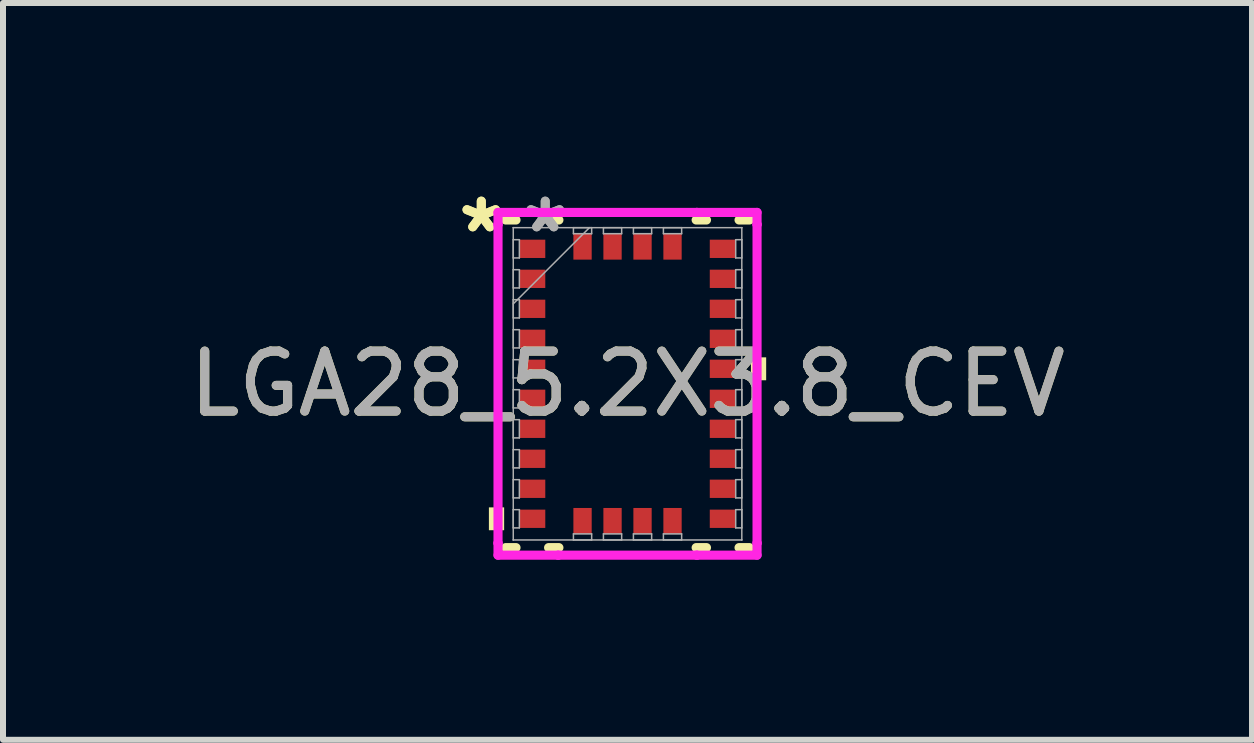
<source format=kicad_pcb>
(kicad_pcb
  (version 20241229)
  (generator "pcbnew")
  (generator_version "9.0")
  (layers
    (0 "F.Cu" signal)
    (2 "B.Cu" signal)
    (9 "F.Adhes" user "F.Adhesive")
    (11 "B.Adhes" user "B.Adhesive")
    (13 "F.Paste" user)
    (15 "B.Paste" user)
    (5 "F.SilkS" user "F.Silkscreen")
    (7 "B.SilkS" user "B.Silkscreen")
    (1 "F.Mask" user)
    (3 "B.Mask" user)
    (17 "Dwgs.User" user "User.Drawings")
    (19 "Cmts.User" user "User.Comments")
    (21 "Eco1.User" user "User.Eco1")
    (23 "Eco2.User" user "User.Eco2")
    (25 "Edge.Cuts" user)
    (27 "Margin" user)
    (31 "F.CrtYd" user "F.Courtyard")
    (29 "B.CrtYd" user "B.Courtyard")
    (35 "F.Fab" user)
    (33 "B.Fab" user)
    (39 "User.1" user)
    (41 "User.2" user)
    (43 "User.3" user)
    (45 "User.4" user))
  (footprint "LGA28_5.2X3.8_CEV"
    (layer "F.Cu")
    (at 7.411 3.348)
    (property "Reference" "LGA28_5.2X3.8_CEV" (at 0 0 0) (unlocked yes) (layer "F.SilkS") (effects (font (size 1 1) (thickness 0.15))))
    (attr smd)
    (fp_line (start -2.032 2.731) (end -1.859 2.731) (stroke (width 0.152) (type solid)) (layer "F.SilkS"))
    (fp_line (start -1.859 -2.731) (end -2.032 -2.731) (stroke (width 0.152) (type solid)) (layer "F.SilkS"))
    (fp_line (start -1.316 2.731) (end -1.144 2.731) (stroke (width 0.152) (type solid)) (layer "F.SilkS"))
    (fp_line (start -1.144 -2.731) (end -1.316 -2.731) (stroke (width 0.152) (type solid)) (layer "F.SilkS"))
    (fp_line (start 1.144 2.731) (end 1.316 2.731) (stroke (width 0.152) (type solid)) (layer "F.SilkS"))
    (fp_line (start 1.316 -2.731) (end 1.144 -2.731) (stroke (width 0.152) (type solid)) (layer "F.SilkS"))
    (fp_line (start 1.859 2.731) (end 2.032 2.731) (stroke (width 0.152) (type solid)) (layer "F.SilkS"))
    (fp_line (start 2.032 -2.731) (end 1.859 -2.731) (stroke (width 0.152) (type solid)) (layer "F.SilkS"))
    (fp_poly (pts (xy -2.311 2.06) (xy -2.311 2.441) (xy -2.057 2.441) (xy -2.057 2.06)) (stroke (width 0) (type solid)) (fill yes) (layer "F.SilkS"))
    (fp_poly (pts (xy 2.311 -0.441) (xy 2.311 -0.059) (xy 2.057 -0.059) (xy 2.057 -0.441)) (stroke (width 0) (type solid)) (fill yes) (layer "F.SilkS"))
    (fp_line (start -2.159 -2.857) (end -1.156 -2.857) (stroke (width 0.152) (type solid)) (layer "F.CrtYd"))
    (fp_line (start -2.159 -2.656) (end -2.159 -2.857) (stroke (width 0.152) (type solid)) (layer "F.CrtYd"))
    (fp_line (start -2.159 -2.656) (end -2.159 -2.656) (stroke (width 0.152) (type solid)) (layer "F.CrtYd"))
    (fp_line (start -2.159 2.656) (end -2.159 -2.656) (stroke (width 0.152) (type solid)) (layer "F.CrtYd"))
    (fp_line (start -2.159 2.656) (end -2.159 2.656) (stroke (width 0.152) (type solid)) (layer "F.CrtYd"))
    (fp_line (start -2.159 2.857) (end -2.159 2.656) (stroke (width 0.152) (type solid)) (layer "F.CrtYd"))
    (fp_line (start -1.156 -2.857) (end -1.156 -2.857) (stroke (width 0.152) (type solid)) (layer "F.CrtYd"))
    (fp_line (start -1.156 -2.857) (end 1.156 -2.857) (stroke (width 0.152) (type solid)) (layer "F.CrtYd"))
    (fp_line (start -1.156 2.857) (end -2.159 2.857) (stroke (width 0.152) (type solid)) (layer "F.CrtYd"))
    (fp_line (start -1.156 2.857) (end -1.156 2.857) (stroke (width 0.152) (type solid)) (layer "F.CrtYd"))
    (fp_line (start 1.156 -2.857) (end 1.156 -2.857) (stroke (width 0.152) (type solid)) (layer "F.CrtYd"))
    (fp_line (start 1.156 -2.857) (end 2.159 -2.857) (stroke (width 0.152) (type solid)) (layer "F.CrtYd"))
    (fp_line (start 1.156 2.857) (end -1.156 2.857) (stroke (width 0.152) (type solid)) (layer "F.CrtYd"))
    (fp_line (start 1.156 2.857) (end 1.156 2.857) (stroke (width 0.152) (type solid)) (layer "F.CrtYd"))
    (fp_line (start 2.159 -2.857) (end 2.159 -2.656) (stroke (width 0.152) (type solid)) (layer "F.CrtYd"))
    (fp_line (start 2.159 -2.656) (end 2.159 -2.656) (stroke (width 0.152) (type solid)) (layer "F.CrtYd"))
    (fp_line (start 2.159 -2.656) (end 2.159 2.656) (stroke (width 0.152) (type solid)) (layer "F.CrtYd"))
    (fp_line (start 2.159 2.656) (end 2.159 2.656) (stroke (width 0.152) (type solid)) (layer "F.CrtYd"))
    (fp_line (start 2.159 2.656) (end 2.159 2.857) (stroke (width 0.152) (type solid)) (layer "F.CrtYd"))
    (fp_line (start 2.159 2.857) (end 1.156 2.857) (stroke (width 0.152) (type solid)) (layer "F.CrtYd"))
    (fp_line (start -1.905 -2.603) (end -1.905 -2.603) (stroke (width 0.025) (type solid)) (layer "F.Fab"))
    (fp_line (start -1.905 -2.603) (end -1.905 2.603) (stroke (width 0.025) (type solid)) (layer "F.Fab"))
    (fp_line (start -1.905 -2.402) (end -1.803 -2.402) (stroke (width 0.025) (type solid)) (layer "F.Fab"))
    (fp_line (start -1.905 -2.098) (end -1.905 -2.402) (stroke (width 0.025) (type solid)) (layer "F.Fab"))
    (fp_line (start -1.905 -1.902) (end -1.803 -1.902) (stroke (width 0.025) (type solid)) (layer "F.Fab"))
    (fp_line (start -1.905 -1.598) (end -1.905 -1.902) (stroke (width 0.025) (type solid)) (layer "F.Fab"))
    (fp_line (start -1.905 -1.402) (end -1.803 -1.402) (stroke (width 0.025) (type solid)) (layer "F.Fab"))
    (fp_line (start -1.905 -1.333) (end -0.635 -2.603) (stroke (width 0.025) (type solid)) (layer "F.Fab"))
    (fp_line (start -1.905 -1.098) (end -1.905 -1.402) (stroke (width 0.025) (type solid)) (layer "F.Fab"))
    (fp_line (start -1.905 -0.902) (end -1.803 -0.902) (stroke (width 0.025) (type solid)) (layer "F.Fab"))
    (fp_line (start -1.905 -0.598) (end -1.905 -0.902) (stroke (width 0.025) (type solid)) (layer "F.Fab"))
    (fp_line (start -1.905 -0.402) (end -1.803 -0.402) (stroke (width 0.025) (type solid)) (layer "F.Fab"))
    (fp_line (start -1.905 -0.098) (end -1.905 -0.402) (stroke (width 0.025) (type solid)) (layer "F.Fab"))
    (fp_line (start -1.905 0.098) (end -1.803 0.098) (stroke (width 0.025) (type solid)) (layer "F.Fab"))
    (fp_line (start -1.905 0.402) (end -1.905 0.098) (stroke (width 0.025) (type solid)) (layer "F.Fab"))
    (fp_line (start -1.905 0.598) (end -1.803 0.598) (stroke (width 0.025) (type solid)) (layer "F.Fab"))
    (fp_line (start -1.905 0.902) (end -1.905 0.598) (stroke (width 0.025) (type solid)) (layer "F.Fab"))
    (fp_line (start -1.905 1.098) (end -1.803 1.098) (stroke (width 0.025) (type solid)) (layer "F.Fab"))
    (fp_line (start -1.905 1.402) (end -1.905 1.098) (stroke (width 0.025) (type solid)) (layer "F.Fab"))
    (fp_line (start -1.905 1.598) (end -1.803 1.598) (stroke (width 0.025) (type solid)) (layer "F.Fab"))
    (fp_line (start -1.905 1.902) (end -1.905 1.598) (stroke (width 0.025) (type solid)) (layer "F.Fab"))
    (fp_line (start -1.905 2.098) (end -1.803 2.098) (stroke (width 0.025) (type solid)) (layer "F.Fab"))
    (fp_line (start -1.905 2.402) (end -1.905 2.098) (stroke (width 0.025) (type solid)) (layer "F.Fab"))
    (fp_line (start -1.905 2.603) (end -1.905 2.603) (stroke (width 0.025) (type solid)) (layer "F.Fab"))
    (fp_line (start -1.905 2.603) (end 1.905 2.603) (stroke (width 0.025) (type solid)) (layer "F.Fab"))
    (fp_line (start -1.803 -2.402) (end -1.803 -2.098) (stroke (width 0.025) (type solid)) (layer "F.Fab"))
    (fp_line (start -1.803 -2.098) (end -1.905 -2.098) (stroke (width 0.025) (type solid)) (layer "F.Fab"))
    (fp_line (start -1.803 -1.902) (end -1.803 -1.598) (stroke (width 0.025) (type solid)) (layer "F.Fab"))
    (fp_line (start -1.803 -1.598) (end -1.905 -1.598) (stroke (width 0.025) (type solid)) (layer "F.Fab"))
    (fp_line (start -1.803 -1.402) (end -1.803 -1.098) (stroke (width 0.025) (type solid)) (layer "F.Fab"))
    (fp_line (start -1.803 -1.098) (end -1.905 -1.098) (stroke (width 0.025) (type solid)) (layer "F.Fab"))
    (fp_line (start -1.803 -0.902) (end -1.803 -0.598) (stroke (width 0.025) (type solid)) (layer "F.Fab"))
    (fp_line (start -1.803 -0.598) (end -1.905 -0.598) (stroke (width 0.025) (type solid)) (layer "F.Fab"))
    (fp_line (start -1.803 -0.402) (end -1.803 -0.098) (stroke (width 0.025) (type solid)) (layer "F.Fab"))
    (fp_line (start -1.803 -0.098) (end -1.905 -0.098) (stroke (width 0.025) (type solid)) (layer "F.Fab"))
    (fp_line (start -1.803 0.098) (end -1.803 0.402) (stroke (width 0.025) (type solid)) (layer "F.Fab"))
    (fp_line (start -1.803 0.402) (end -1.905 0.402) (stroke (width 0.025) (type solid)) (layer "F.Fab"))
    (fp_line (start -1.803 0.598) (end -1.803 0.902) (stroke (width 0.025) (type solid)) (layer "F.Fab"))
    (fp_line (start -1.803 0.902) (end -1.905 0.902) (stroke (width 0.025) (type solid)) (layer "F.Fab"))
    (fp_line (start -1.803 1.098) (end -1.803 1.402) (stroke (width 0.025) (type solid)) (layer "F.Fab"))
    (fp_line (start -1.803 1.402) (end -1.905 1.402) (stroke (width 0.025) (type solid)) (layer "F.Fab"))
    (fp_line (start -1.803 1.598) (end -1.803 1.902) (stroke (width 0.025) (type solid)) (layer "F.Fab"))
    (fp_line (start -1.803 1.902) (end -1.905 1.902) (stroke (width 0.025) (type solid)) (layer "F.Fab"))
    (fp_line (start -1.803 2.098) (end -1.803 2.402) (stroke (width 0.025) (type solid)) (layer "F.Fab"))
    (fp_line (start -1.803 2.402) (end -1.905 2.402) (stroke (width 0.025) (type solid)) (layer "F.Fab"))
    (fp_line (start -0.902 -2.603) (end -0.598 -2.603) (stroke (width 0.025) (type solid)) (layer "F.Fab"))
    (fp_line (start -0.902 -2.502) (end -0.902 -2.603) (stroke (width 0.025) (type solid)) (layer "F.Fab"))
    (fp_line (start -0.902 2.502) (end -0.598 2.502) (stroke (width 0.025) (type solid)) (layer "F.Fab"))
    (fp_line (start -0.902 2.603) (end -0.902 2.502) (stroke (width 0.025) (type solid)) (layer "F.Fab"))
    (fp_line (start -0.598 -2.603) (end -0.598 -2.502) (stroke (width 0.025) (type solid)) (layer "F.Fab"))
    (fp_line (start -0.598 -2.502) (end -0.902 -2.502) (stroke (width 0.025) (type solid)) (layer "F.Fab"))
    (fp_line (start -0.598 2.502) (end -0.598 2.603) (stroke (width 0.025) (type solid)) (layer "F.Fab"))
    (fp_line (start -0.598 2.603) (end -0.902 2.603) (stroke (width 0.025) (type solid)) (layer "F.Fab"))
    (fp_line (start -0.402 -2.603) (end -0.098 -2.603) (stroke (width 0.025) (type solid)) (layer "F.Fab"))
    (fp_line (start -0.402 -2.502) (end -0.402 -2.603) (stroke (width 0.025) (type solid)) (layer "F.Fab"))
    (fp_line (start -0.402 2.502) (end -0.098 2.502) (stroke (width 0.025) (type solid)) (layer "F.Fab"))
    (fp_line (start -0.402 2.603) (end -0.402 2.502) (stroke (width 0.025) (type solid)) (layer "F.Fab"))
    (fp_line (start -0.098 -2.603) (end -0.098 -2.502) (stroke (width 0.025) (type solid)) (layer "F.Fab"))
    (fp_line (start -0.098 -2.502) (end -0.402 -2.502) (stroke (width 0.025) (type solid)) (layer "F.Fab"))
    (fp_line (start -0.098 2.502) (end -0.098 2.603) (stroke (width 0.025) (type solid)) (layer "F.Fab"))
    (fp_line (start -0.098 2.603) (end -0.402 2.603) (stroke (width 0.025) (type solid)) (layer "F.Fab"))
    (fp_line (start 0.098 -2.603) (end 0.402 -2.603) (stroke (width 0.025) (type solid)) (layer "F.Fab"))
    (fp_line (start 0.098 -2.502) (end 0.098 -2.603) (stroke (width 0.025) (type solid)) (layer "F.Fab"))
    (fp_line (start 0.098 2.502) (end 0.402 2.502) (stroke (width 0.025) (type solid)) (layer "F.Fab"))
    (fp_line (start 0.098 2.603) (end 0.098 2.502) (stroke (width 0.025) (type solid)) (layer "F.Fab"))
    (fp_line (start 0.402 -2.603) (end 0.402 -2.502) (stroke (width 0.025) (type solid)) (layer "F.Fab"))
    (fp_line (start 0.402 -2.502) (end 0.098 -2.502) (stroke (width 0.025) (type solid)) (layer "F.Fab"))
    (fp_line (start 0.402 2.502) (end 0.402 2.603) (stroke (width 0.025) (type solid)) (layer "F.Fab"))
    (fp_line (start 0.402 2.603) (end 0.098 2.603) (stroke (width 0.025) (type solid)) (layer "F.Fab"))
    (fp_line (start 0.598 -2.603) (end 0.902 -2.603) (stroke (width 0.025) (type solid)) (layer "F.Fab"))
    (fp_line (start 0.598 -2.502) (end 0.598 -2.603) (stroke (width 0.025) (type solid)) (layer "F.Fab"))
    (fp_line (start 0.598 2.502) (end 0.902 2.502) (stroke (width 0.025) (type solid)) (layer "F.Fab"))
    (fp_line (start 0.598 2.603) (end 0.598 2.502) (stroke (width 0.025) (type solid)) (layer "F.Fab"))
    (fp_line (start 0.902 -2.603) (end 0.902 -2.502) (stroke (width 0.025) (type solid)) (layer "F.Fab"))
    (fp_line (start 0.902 -2.502) (end 0.598 -2.502) (stroke (width 0.025) (type solid)) (layer "F.Fab"))
    (fp_line (start 0.902 2.502) (end 0.902 2.603) (stroke (width 0.025) (type solid)) (layer "F.Fab"))
    (fp_line (start 0.902 2.603) (end 0.598 2.603) (stroke (width 0.025) (type solid)) (layer "F.Fab"))
    (fp_line (start 1.803 -2.402) (end 1.905 -2.402) (stroke (width 0.025) (type solid)) (layer "F.Fab"))
    (fp_line (start 1.803 -2.098) (end 1.803 -2.402) (stroke (width 0.025) (type solid)) (layer "F.Fab"))
    (fp_line (start 1.803 -1.902) (end 1.905 -1.902) (stroke (width 0.025) (type solid)) (layer "F.Fab"))
    (fp_line (start 1.803 -1.598) (end 1.803 -1.902) (stroke (width 0.025) (type solid)) (layer "F.Fab"))
    (fp_line (start 1.803 -1.402) (end 1.905 -1.402) (stroke (width 0.025) (type solid)) (layer "F.Fab"))
    (fp_line (start 1.803 -1.098) (end 1.803 -1.402) (stroke (width 0.025) (type solid)) (layer "F.Fab"))
    (fp_line (start 1.803 -0.902) (end 1.905 -0.902) (stroke (width 0.025) (type solid)) (layer "F.Fab"))
    (fp_line (start 1.803 -0.598) (end 1.803 -0.902) (stroke (width 0.025) (type solid)) (layer "F.Fab"))
    (fp_line (start 1.803 -0.402) (end 1.905 -0.402) (stroke (width 0.025) (type solid)) (layer "F.Fab"))
    (fp_line (start 1.803 -0.098) (end 1.803 -0.402) (stroke (width 0.025) (type solid)) (layer "F.Fab"))
    (fp_line (start 1.803 0.098) (end 1.905 0.098) (stroke (width 0.025) (type solid)) (layer "F.Fab"))
    (fp_line (start 1.803 0.402) (end 1.803 0.098) (stroke (width 0.025) (type solid)) (layer "F.Fab"))
    (fp_line (start 1.803 0.598) (end 1.905 0.598) (stroke (width 0.025) (type solid)) (layer "F.Fab"))
    (fp_line (start 1.803 0.902) (end 1.803 0.598) (stroke (width 0.025) (type solid)) (layer "F.Fab"))
    (fp_line (start 1.803 1.098) (end 1.905 1.098) (stroke (width 0.025) (type solid)) (layer "F.Fab"))
    (fp_line (start 1.803 1.402) (end 1.803 1.098) (stroke (width 0.025) (type solid)) (layer "F.Fab"))
    (fp_line (start 1.803 1.598) (end 1.905 1.598) (stroke (width 0.025) (type solid)) (layer "F.Fab"))
    (fp_line (start 1.803 1.902) (end 1.803 1.598) (stroke (width 0.025) (type solid)) (layer "F.Fab"))
    (fp_line (start 1.803 2.098) (end 1.905 2.098) (stroke (width 0.025) (type solid)) (layer "F.Fab"))
    (fp_line (start 1.803 2.402) (end 1.803 2.098) (stroke (width 0.025) (type solid)) (layer "F.Fab"))
    (fp_line (start 1.905 -2.603) (end -1.905 -2.603) (stroke (width 0.025) (type solid)) (layer "F.Fab"))
    (fp_line (start 1.905 -2.603) (end 1.905 -2.603) (stroke (width 0.025) (type solid)) (layer "F.Fab"))
    (fp_line (start 1.905 -2.402) (end 1.905 -2.098) (stroke (width 0.025) (type solid)) (layer "F.Fab"))
    (fp_line (start 1.905 -2.098) (end 1.803 -2.098) (stroke (width 0.025) (type solid)) (layer "F.Fab"))
    (fp_line (start 1.905 -1.902) (end 1.905 -1.598) (stroke (width 0.025) (type solid)) (layer "F.Fab"))
    (fp_line (start 1.905 -1.598) (end 1.803 -1.598) (stroke (width 0.025) (type solid)) (layer "F.Fab"))
    (fp_line (start 1.905 -1.402) (end 1.905 -1.098) (stroke (width 0.025) (type solid)) (layer "F.Fab"))
    (fp_line (start 1.905 -1.098) (end 1.803 -1.098) (stroke (width 0.025) (type solid)) (layer "F.Fab"))
    (fp_line (start 1.905 -0.902) (end 1.905 -0.598) (stroke (width 0.025) (type solid)) (layer "F.Fab"))
    (fp_line (start 1.905 -0.598) (end 1.803 -0.598) (stroke (width 0.025) (type solid)) (layer "F.Fab"))
    (fp_line (start 1.905 -0.402) (end 1.905 -0.098) (stroke (width 0.025) (type solid)) (layer "F.Fab"))
    (fp_line (start 1.905 -0.098) (end 1.803 -0.098) (stroke (width 0.025) (type solid)) (layer "F.Fab"))
    (fp_line (start 1.905 0.098) (end 1.905 0.402) (stroke (width 0.025) (type solid)) (layer "F.Fab"))
    (fp_line (start 1.905 0.402) (end 1.803 0.402) (stroke (width 0.025) (type solid)) (layer "F.Fab"))
    (fp_line (start 1.905 0.598) (end 1.905 0.902) (stroke (width 0.025) (type solid)) (layer "F.Fab"))
    (fp_line (start 1.905 0.902) (end 1.803 0.902) (stroke (width 0.025) (type solid)) (layer "F.Fab"))
    (fp_line (start 1.905 1.098) (end 1.905 1.402) (stroke (width 0.025) (type solid)) (layer "F.Fab"))
    (fp_line (start 1.905 1.402) (end 1.803 1.402) (stroke (width 0.025) (type solid)) (layer "F.Fab"))
    (fp_line (start 1.905 1.598) (end 1.905 1.902) (stroke (width 0.025) (type solid)) (layer "F.Fab"))
    (fp_line (start 1.905 1.902) (end 1.803 1.902) (stroke (width 0.025) (type solid)) (layer "F.Fab"))
    (fp_line (start 1.905 2.098) (end 1.905 2.402) (stroke (width 0.025) (type solid)) (layer "F.Fab"))
    (fp_line (start 1.905 2.402) (end 1.803 2.402) (stroke (width 0.025) (type solid)) (layer "F.Fab"))
    (fp_line (start 1.905 2.603) (end 1.905 -2.603) (stroke (width 0.025) (type solid)) (layer "F.Fab"))
    (fp_line (start 1.905 2.603) (end 1.905 2.603) (stroke (width 0.025) (type solid)) (layer "F.Fab"))
    (fp_text user "*" (at -2.438 -2.5 0) (layer "F.SilkS") (effects (font (size 1 1) (thickness 0.15))))
    (fp_text user "*" (at -2.438 -2.5 0) (unlocked yes) (layer "F.SilkS") (effects (font (size 1 1) (thickness 0.15))))
    (fp_text user "*" (at -1.372 -2.5 0) (unlocked yes) (layer "F.Fab") (effects (font (size 1 1) (thickness 0.15))))
    (fp_text user "*" (at -1.372 -2.5 0) (layer "F.Fab") (effects (font (size 1 1) (thickness 0.15))))
    (fp_text user "${REFERENCE}" (at 0 0 0) (unlocked yes) (layer "F.Fab") (effects (font (size 1 1) (thickness 0.15))))
    (pad "1" smd rect (at -1.587 -2.25 90) (size 0.305 0.432) (layers "F.Cu" "F.Mask" "F.Paste"))
    (pad "2" smd rect (at -1.587 -1.75 90) (size 0.305 0.432) (layers "F.Cu" "F.Mask" "F.Paste"))
    (pad "3" smd rect (at -1.587 -1.25 90) (size 0.305 0.432) (layers "F.Cu" "F.Mask" "F.Paste"))
    (pad "4" smd rect (at -1.587 -0.75 90) (size 0.305 0.432) (layers "F.Cu" "F.Mask" "F.Paste"))
    (pad "5" smd rect (at -1.587 -0.25 90) (size 0.305 0.432) (layers "F.Cu" "F.Mask" "F.Paste"))
    (pad "6" smd rect (at -1.587 0.25 90) (size 0.305 0.432) (layers "F.Cu" "F.Mask" "F.Paste"))
    (pad "7" smd rect (at -1.587 0.75 90) (size 0.305 0.432) (layers "F.Cu" "F.Mask" "F.Paste"))
    (pad "8" smd rect (at -1.587 1.25 90) (size 0.305 0.432) (layers "F.Cu" "F.Mask" "F.Paste"))
    (pad "9" smd rect (at -1.587 1.75 90) (size 0.305 0.432) (layers "F.Cu" "F.Mask" "F.Paste"))
    (pad "10" smd rect (at -1.587 2.25 90) (size 0.305 0.432) (layers "F.Cu" "F.Mask" "F.Paste"))
    (pad "11" smd rect (at -0.75 2.286) (size 0.305 0.432) (layers "F.Cu" "F.Mask" "F.Paste"))
    (pad "12" smd rect (at -0.25 2.286) (size 0.305 0.432) (layers "F.Cu" "F.Mask" "F.Paste"))
    (pad "13" smd rect (at 0.25 2.286) (size 0.305 0.432) (layers "F.Cu" "F.Mask" "F.Paste"))
    (pad "14" smd rect (at 0.75 2.286) (size 0.305 0.432) (layers "F.Cu" "F.Mask" "F.Paste"))
    (pad "15" smd rect (at 1.587 2.25 90) (size 0.305 0.432) (layers "F.Cu" "F.Mask" "F.Paste"))
    (pad "16" smd rect (at 1.587 1.75 90) (size 0.305 0.432) (layers "F.Cu" "F.Mask" "F.Paste"))
    (pad "17" smd rect (at 1.587 1.25 90) (size 0.305 0.432) (layers "F.Cu" "F.Mask" "F.Paste"))
    (pad "18" smd rect (at 1.587 0.75 90) (size 0.305 0.432) (layers "F.Cu" "F.Mask" "F.Paste"))
    (pad "19" smd rect (at 1.587 0.25 90) (size 0.305 0.432) (layers "F.Cu" "F.Mask" "F.Paste"))
    (pad "20" smd rect (at 1.587 -0.25 90) (size 0.305 0.432) (layers "F.Cu" "F.Mask" "F.Paste"))
    (pad "21" smd rect (at 1.587 -0.75 90) (size 0.305 0.432) (layers "F.Cu" "F.Mask" "F.Paste"))
    (pad "22" smd rect (at 1.587 -1.25 90) (size 0.305 0.432) (layers "F.Cu" "F.Mask" "F.Paste"))
    (pad "23" smd rect (at 1.587 -1.75 90) (size 0.305 0.432) (layers "F.Cu" "F.Mask" "F.Paste"))
    (pad "24" smd rect (at 1.587 -2.25 90) (size 0.305 0.432) (layers "F.Cu" "F.Mask" "F.Paste"))
    (pad "25" smd rect (at 0.75 -2.286) (size 0.305 0.432) (layers "F.Cu" "F.Mask" "F.Paste"))
    (pad "26" smd rect (at 0.25 -2.286) (size 0.305 0.432) (layers "F.Cu" "F.Mask" "F.Paste"))
    (pad "27" smd rect (at -0.25 -2.286) (size 0.305 0.432) (layers "F.Cu" "F.Mask" "F.Paste"))
    (pad "28" smd rect (at -0.75 -2.286) (size 0.305 0.432) (layers "F.Cu" "F.Mask" "F.Paste")))
  (gr_rect
    (start -3 -3)
    (end 17.821 9.282)
    (stroke (width 0.1) (type default))
    (fill no)
    (layer "Edge.Cuts")))
</source>
